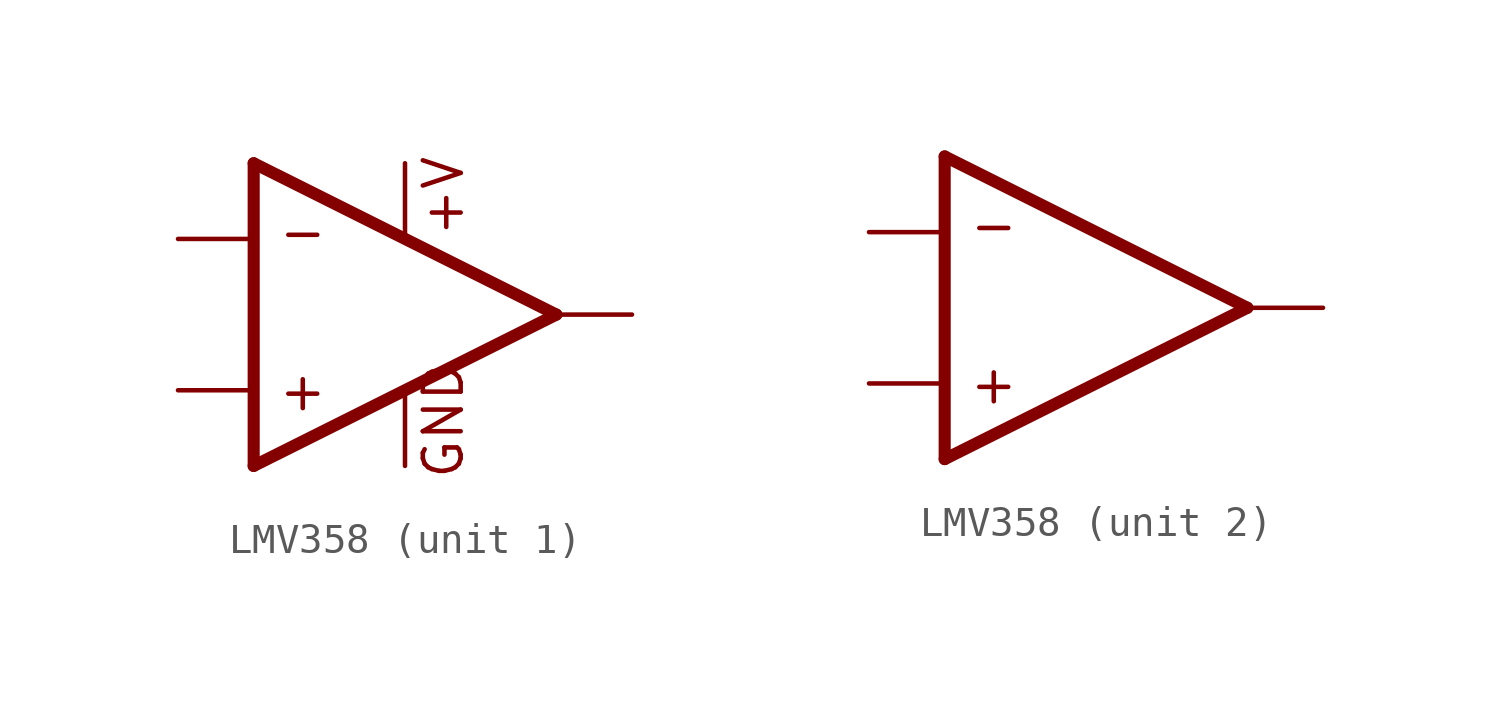
<source format=kicad_sym>
(kicad_symbol_lib
  (version 20231120)
  (generator "kicad_symbol_editor")
  (generator_version "8.0")
  (symbol "LMV358"
    (property "Reference" ""
      (at 0 0 0)
      (effects (font (size 1.27 1.27)) (hide yes)))
    (property "ki_locked" ""
      (at 0 0 0)
      (effects (font (size 1.27 1.27))))
    (symbol "LMV358_1_0"
      (polyline (pts (xy -5.08 -5.08) (xy 5.08 0)) (stroke (width 0.406) (type solid)) (fill (type none)))
      (polyline (pts (xy -5.08 5.08) (xy -5.08 -5.08)) (stroke (width 0.406) (type solid)) (fill (type none)))
      (polyline (pts (xy 5.08 0) (xy -5.08 5.08)) (stroke (width 0.406) (type solid)) (fill (type none)))
      (text "+" (at -4.318 -3.302 0) (effects (font (size 1.27 1.27)) (justify left bottom)))
      (text "+V" (at 2.032 2.54 900) (effects (font (size 1.27 1.27)) (justify left bottom)))
      (text "-" (at -4.318 2.032 0) (effects (font (size 1.27 1.27)) (justify left bottom)))
      (text "GND" (at 2.032 -5.588 900) (effects (font (size 1.27 1.27)) (justify left bottom)))
      (pin output line (at 7.62 0 180) (length 2.54) (name "OUT1" (effects (font (size 0 0)))) (number "1" (effects (font (size 0 0)))))
      (pin input line (at -7.62 2.54 0) (length 2.54) (name "-IN1" (effects (font (size 0 0)))) (number "2" (effects (font (size 0 0)))))
      (pin input line (at -7.62 -2.54 0) (length 2.54) (name "+IN1" (effects (font (size 0 0)))) (number "3" (effects (font (size 0 0)))))
      (pin power_in line (at 0 -5.08 90) (length 2.54) (name "GND" (effects (font (size 0 0)))) (number "4" (effects (font (size 0 0)))))
      (pin power_in line (at 0 5.08 270) (length 2.54) (name "+V" (effects (font (size 0 0)))) (number "8" (effects (font (size 0 0))))))
    (symbol "LMV358_2_0"
      (polyline (pts (xy -5.08 -5.08) (xy 5.08 0)) (stroke (width 0.406) (type solid)) (fill (type none)))
      (polyline (pts (xy -5.08 5.08) (xy -5.08 -5.08)) (stroke (width 0.406) (type solid)) (fill (type none)))
      (polyline (pts (xy 5.08 0) (xy -5.08 5.08)) (stroke (width 0.406) (type solid)) (fill (type none)))
      (text "+" (at -4.318 -3.302 0) (effects (font (size 1.27 1.27)) (justify left bottom)))
      (text "-" (at -4.318 2.032 0) (effects (font (size 1.27 1.27)) (justify left bottom)))
      (pin input line (at -7.62 -2.54 0) (length 2.54) (name "+IN2" (effects (font (size 0 0)))) (number "5" (effects (font (size 0 0)))))
      (pin input line (at -7.62 2.54 0) (length 2.54) (name "-IN2" (effects (font (size 0 0)))) (number "6" (effects (font (size 0 0)))))
      (pin output line (at 7.62 0 180) (length 2.54) (name "OUT2" (effects (font (size 0 0)))) (number "7" (effects (font (size 0 0))))))))
</source>
